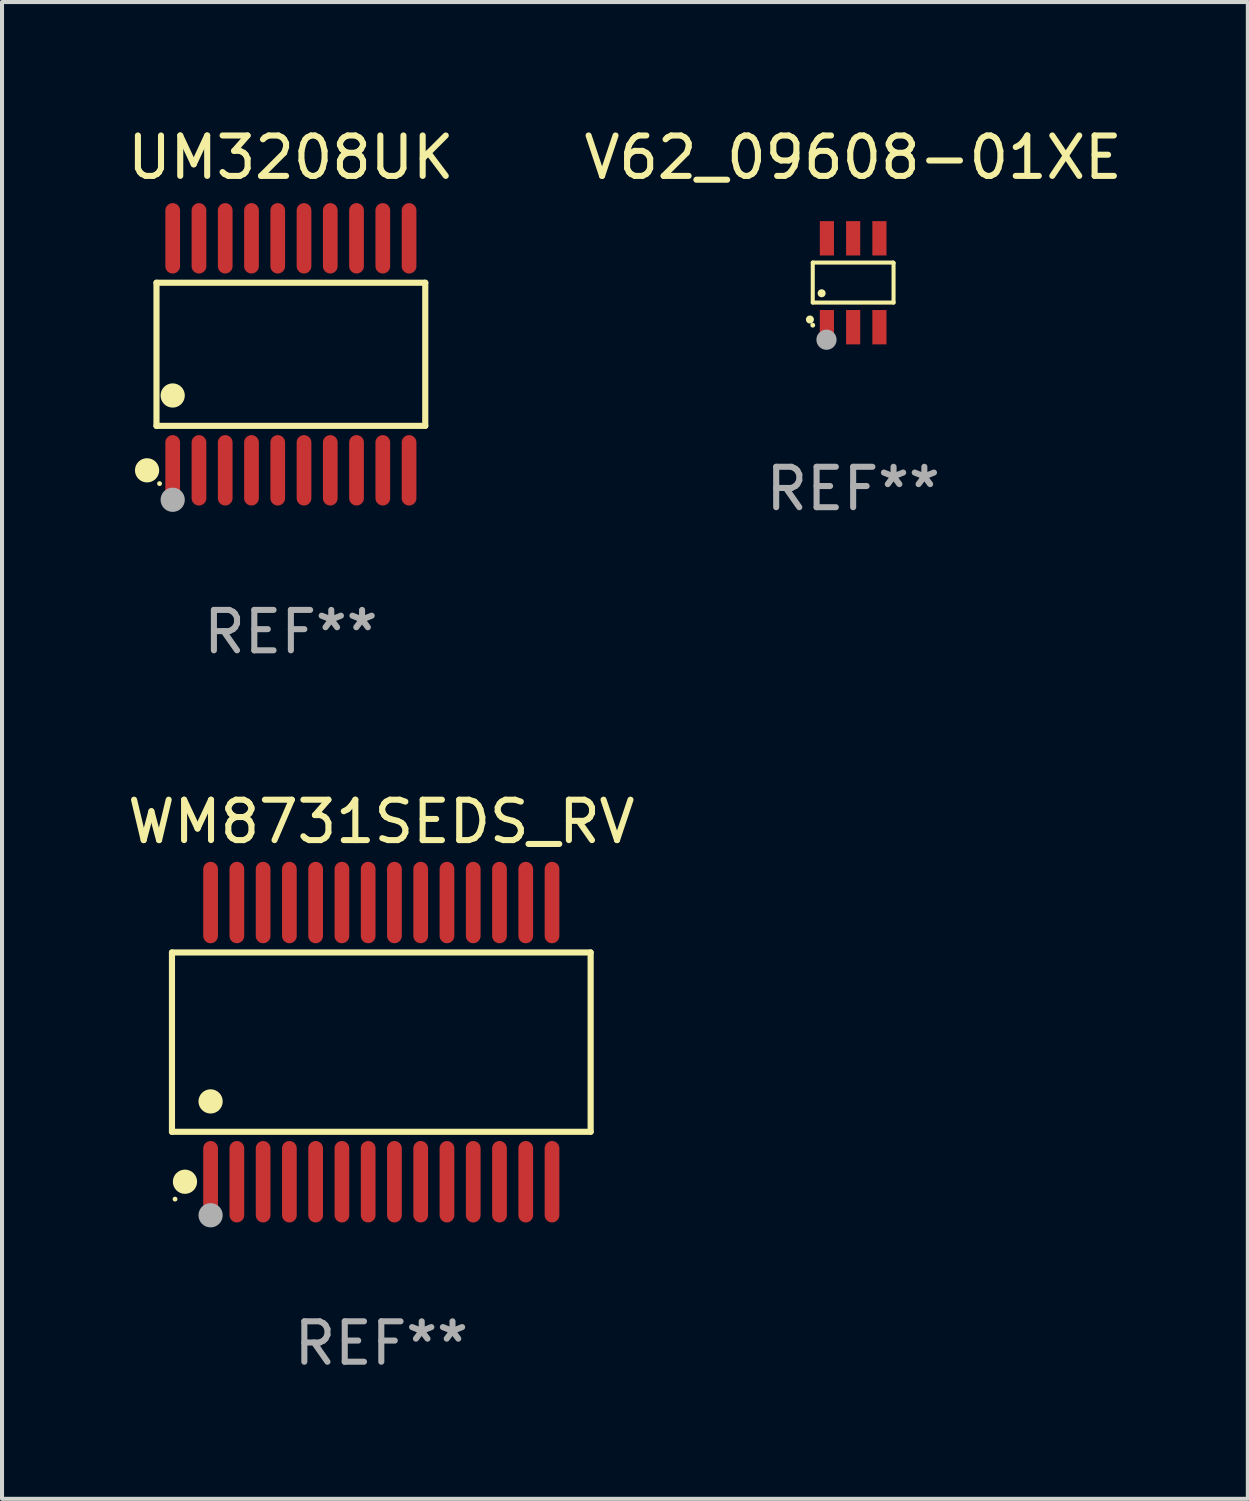
<source format=kicad_pcb>
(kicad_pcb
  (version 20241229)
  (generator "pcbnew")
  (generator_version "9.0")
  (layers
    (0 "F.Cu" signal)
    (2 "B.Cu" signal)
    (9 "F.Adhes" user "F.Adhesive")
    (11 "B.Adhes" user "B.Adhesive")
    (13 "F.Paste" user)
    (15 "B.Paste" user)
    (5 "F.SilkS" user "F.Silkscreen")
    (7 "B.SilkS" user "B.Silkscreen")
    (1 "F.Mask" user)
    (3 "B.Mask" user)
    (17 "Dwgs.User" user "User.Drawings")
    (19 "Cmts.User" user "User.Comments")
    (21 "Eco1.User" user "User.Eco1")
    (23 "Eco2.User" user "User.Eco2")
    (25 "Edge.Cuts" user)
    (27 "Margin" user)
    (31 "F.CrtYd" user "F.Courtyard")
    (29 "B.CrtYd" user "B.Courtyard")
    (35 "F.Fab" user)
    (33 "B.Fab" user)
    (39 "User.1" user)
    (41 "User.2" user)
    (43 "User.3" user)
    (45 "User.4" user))
  (footprint "WM8731SEDS_RV"
    (layer "F.Cu")
    (at 6.387 22.742)
    (property "Reference" "WM8731SEDS_RV" (at 0 -5.455 0) (layer "F.SilkS") (effects (font (size 1 1) (thickness 0.15))))
    (attr through_hole)
    (fp_line (start -5.181 -2.219) (end 5.181 -2.219) (stroke (width 0.152) (type solid)) (layer "F.SilkS"))
    (fp_line (start -5.181 2.219) (end -5.181 -2.219) (stroke (width 0.152) (type solid)) (layer "F.SilkS"))
    (fp_line (start 5.181 -2.219) (end 5.181 2.219) (stroke (width 0.152) (type solid)) (layer "F.SilkS"))
    (fp_line (start 5.181 2.219) (end -5.181 2.219) (stroke (width 0.152) (type solid)) (layer "F.SilkS"))
    (fp_circle (center -5.105 3.885) (end -5.075 3.885) (stroke (width 0.06) (type solid)) (fill no) (layer "F.SilkS"))
    (fp_circle (center -4.859 3.455) (end -4.709 3.455) (stroke (width 0.3) (type solid)) (fill no) (layer "F.SilkS"))
    (fp_circle (center -4.225 1.467) (end -4.075 1.467) (stroke (width 0.3) (type solid)) (fill no) (layer "F.SilkS"))
    (fp_circle (center -4.225 4.285) (end -4.075 4.285) (stroke (width 0.3) (type solid)) (fill no) (layer "F.Fab"))
    (fp_text user "REF**" (at 0 7.455 0) (layer "F.Fab") (effects (font (size 1 1) (thickness 0.15))))
    (pad "1" smd oval (at -4.225 3.455) (size 0.364 2.015) (layers "F.Cu" "F.Mask" "F.Paste"))
    (pad "2" smd oval (at -3.575 3.455) (size 0.364 2.015) (layers "F.Cu" "F.Mask" "F.Paste"))
    (pad "3" smd oval (at -2.925 3.455) (size 0.364 2.015) (layers "F.Cu" "F.Mask" "F.Paste"))
    (pad "4" smd oval (at -2.275 3.455) (size 0.364 2.015) (layers "F.Cu" "F.Mask" "F.Paste"))
    (pad "5" smd oval (at -1.625 3.455) (size 0.364 2.015) (layers "F.Cu" "F.Mask" "F.Paste"))
    (pad "6" smd oval (at -0.975 3.455) (size 0.364 2.015) (layers "F.Cu" "F.Mask" "F.Paste"))
    (pad "7" smd oval (at -0.325 3.455) (size 0.364 2.015) (layers "F.Cu" "F.Mask" "F.Paste"))
    (pad "8" smd oval (at 0.325 3.455) (size 0.364 2.015) (layers "F.Cu" "F.Mask" "F.Paste"))
    (pad "9" smd oval (at 0.975 3.455) (size 0.364 2.015) (layers "F.Cu" "F.Mask" "F.Paste"))
    (pad "10" smd oval (at 1.625 3.455) (size 0.364 2.015) (layers "F.Cu" "F.Mask" "F.Paste"))
    (pad "11" smd oval (at 2.275 3.455) (size 0.364 2.015) (layers "F.Cu" "F.Mask" "F.Paste"))
    (pad "12" smd oval (at 2.925 3.455) (size 0.364 2.015) (layers "F.Cu" "F.Mask" "F.Paste"))
    (pad "13" smd oval (at 3.575 3.455) (size 0.364 2.015) (layers "F.Cu" "F.Mask" "F.Paste"))
    (pad "14" smd oval (at 4.225 3.455) (size 0.364 2.015) (layers "F.Cu" "F.Mask" "F.Paste"))
    (pad "15" smd oval (at 4.225 -3.455) (size 0.364 2.015) (layers "F.Cu" "F.Mask" "F.Paste"))
    (pad "16" smd oval (at 3.575 -3.455) (size 0.364 2.015) (layers "F.Cu" "F.Mask" "F.Paste"))
    (pad "17" smd oval (at 2.925 -3.455) (size 0.364 2.015) (layers "F.Cu" "F.Mask" "F.Paste"))
    (pad "18" smd oval (at 2.275 -3.455) (size 0.364 2.015) (layers "F.Cu" "F.Mask" "F.Paste"))
    (pad "19" smd oval (at 1.625 -3.455) (size 0.364 2.015) (layers "F.Cu" "F.Mask" "F.Paste"))
    (pad "20" smd oval (at 0.975 -3.455) (size 0.364 2.015) (layers "F.Cu" "F.Mask" "F.Paste"))
    (pad "21" smd oval (at 0.325 -3.455) (size 0.364 2.015) (layers "F.Cu" "F.Mask" "F.Paste"))
    (pad "22" smd oval (at -0.325 -3.455) (size 0.364 2.015) (layers "F.Cu" "F.Mask" "F.Paste"))
    (pad "23" smd oval (at -0.975 -3.455) (size 0.364 2.015) (layers "F.Cu" "F.Mask" "F.Paste"))
    (pad "24" smd oval (at -1.625 -3.455) (size 0.364 2.015) (layers "F.Cu" "F.Mask" "F.Paste"))
    (pad "25" smd oval (at -2.275 -3.455) (size 0.364 2.015) (layers "F.Cu" "F.Mask" "F.Paste"))
    (pad "26" smd oval (at -2.925 -3.455) (size 0.364 2.015) (layers "F.Cu" "F.Mask" "F.Paste"))
    (pad "27" smd oval (at -3.575 -3.455) (size 0.364 2.015) (layers "F.Cu" "F.Mask" "F.Paste"))
    (pad "28" smd oval (at -4.225 -3.455) (size 0.364 2.015) (layers "F.Cu" "F.Mask" "F.Paste")))
  (footprint "UM3208UK"
    (layer "F.Cu")
    (at 4.149 5.719)
    (property "Reference" "UM3208UK" (at 0 -4.871 0) (layer "F.SilkS") (effects (font (size 1 1) (thickness 0.15))))
    (attr through_hole)
    (fp_line (start -3.326 -1.771) (end 3.326 -1.771) (stroke (width 0.152) (type solid)) (layer "F.SilkS"))
    (fp_line (start -3.326 1.771) (end -3.326 -1.771) (stroke (width 0.152) (type solid)) (layer "F.SilkS"))
    (fp_line (start 3.326 -1.771) (end 3.326 1.771) (stroke (width 0.152) (type solid)) (layer "F.SilkS"))
    (fp_line (start 3.326 1.771) (end -3.326 1.771) (stroke (width 0.152) (type solid)) (layer "F.SilkS"))
    (fp_circle (center -3.559 2.871) (end -3.409 2.871) (stroke (width 0.3) (type solid)) (fill no) (layer "F.SilkS"))
    (fp_circle (center -3.25 3.2) (end -3.22 3.2) (stroke (width 0.06) (type solid)) (fill no) (layer "F.SilkS"))
    (fp_circle (center -2.925 1.019) (end -2.775 1.019) (stroke (width 0.3) (type solid)) (fill no) (layer "F.SilkS"))
    (fp_circle (center -2.925 3.6) (end -2.775 3.6) (stroke (width 0.3) (type solid)) (fill no) (layer "F.Fab"))
    (fp_text user "REF**" (at 0 6.871 0) (layer "F.Fab") (effects (font (size 1 1) (thickness 0.15))))
    (pad "1" smd oval (at -2.925 2.871) (size 0.364 1.742) (layers "F.Cu" "F.Mask" "F.Paste"))
    (pad "2" smd oval (at -2.275 2.871) (size 0.364 1.742) (layers "F.Cu" "F.Mask" "F.Paste"))
    (pad "3" smd oval (at -1.625 2.871) (size 0.364 1.742) (layers "F.Cu" "F.Mask" "F.Paste"))
    (pad "4" smd oval (at -0.975 2.871) (size 0.364 1.742) (layers "F.Cu" "F.Mask" "F.Paste"))
    (pad "5" smd oval (at -0.325 2.871) (size 0.364 1.742) (layers "F.Cu" "F.Mask" "F.Paste"))
    (pad "6" smd oval (at 0.325 2.871) (size 0.364 1.742) (layers "F.Cu" "F.Mask" "F.Paste"))
    (pad "7" smd oval (at 0.975 2.871) (size 0.364 1.742) (layers "F.Cu" "F.Mask" "F.Paste"))
    (pad "8" smd oval (at 1.625 2.871) (size 0.364 1.742) (layers "F.Cu" "F.Mask" "F.Paste"))
    (pad "9" smd oval (at 2.275 2.871) (size 0.364 1.742) (layers "F.Cu" "F.Mask" "F.Paste"))
    (pad "10" smd oval (at 2.925 2.871) (size 0.364 1.742) (layers "F.Cu" "F.Mask" "F.Paste"))
    (pad "11" smd oval (at 2.925 -2.871) (size 0.364 1.742) (layers "F.Cu" "F.Mask" "F.Paste"))
    (pad "12" smd oval (at 2.275 -2.871) (size 0.364 1.742) (layers "F.Cu" "F.Mask" "F.Paste"))
    (pad "13" smd oval (at 1.625 -2.871) (size 0.364 1.742) (layers "F.Cu" "F.Mask" "F.Paste"))
    (pad "14" smd oval (at 0.975 -2.871) (size 0.364 1.742) (layers "F.Cu" "F.Mask" "F.Paste"))
    (pad "15" smd oval (at 0.325 -2.871) (size 0.364 1.742) (layers "F.Cu" "F.Mask" "F.Paste"))
    (pad "16" smd oval (at -0.325 -2.871) (size 0.364 1.742) (layers "F.Cu" "F.Mask" "F.Paste"))
    (pad "17" smd oval (at -0.975 -2.871) (size 0.364 1.742) (layers "F.Cu" "F.Mask" "F.Paste"))
    (pad "18" smd oval (at -1.625 -2.871) (size 0.364 1.742) (layers "F.Cu" "F.Mask" "F.Paste"))
    (pad "19" smd oval (at -2.275 -2.871) (size 0.364 1.742) (layers "F.Cu" "F.Mask" "F.Paste"))
    (pad "20" smd oval (at -2.925 -2.871) (size 0.364 1.742) (layers "F.Cu" "F.Mask" "F.Paste")))
  (footprint "V62_09608-01XE"
    (layer "F.Cu")
    (at 18.065 3.948)
    (property "Reference" "V62_09608-01XE" (at 0 -3.1 0) (layer "F.SilkS") (effects (font (size 1 1) (thickness 0.15))))
    (attr through_hole)
    (fp_line (start -1 -0.5) (end -1 0.49) (stroke (width 0.1) (type solid)) (layer "F.SilkS"))
    (fp_line (start -1 0.49) (end 1 0.49) (stroke (width 0.1) (type solid)) (layer "F.SilkS"))
    (fp_line (start 0.99 -0.5) (end -1 -0.5) (stroke (width 0.1) (type solid)) (layer "F.SilkS"))
    (fp_line (start 1 -0.49) (end 0.99 -0.5) (stroke (width 0.1) (type solid)) (layer "F.SilkS"))
    (fp_line (start 1 0.49) (end 1 -0.49) (stroke (width 0.1) (type solid)) (layer "F.SilkS"))
    (fp_circle (center -1.07 0.91) (end -1.02 0.91) (stroke (width 0.1) (type solid)) (fill no) (layer "F.SilkS"))
    (fp_circle (center -1 1.05) (end -0.97 1.05) (stroke (width 0.06) (type solid)) (fill no) (layer "F.SilkS"))
    (fp_circle (center -0.78 0.26) (end -0.73 0.26) (stroke (width 0.1) (type solid)) (fill no) (layer "F.SilkS"))
    (fp_circle (center -0.66 1.41) (end -0.535 1.41) (stroke (width 0.25) (type solid)) (fill no) (layer "F.Fab"))
    (fp_text user "REF**" (at 0 5.1 0) (layer "F.Fab") (effects (font (size 1 1) (thickness 0.15))))
    (pad "1" smd rect (at -0.65 1.1) (size 0.35 0.85) (layers "F.Cu" "F.Mask" "F.Paste"))
    (pad "2" smd rect (at 0 1.1) (size 0.35 0.85) (layers "F.Cu" "F.Mask" "F.Paste"))
    (pad "3" smd rect (at 0.65 1.1) (size 0.35 0.85) (layers "F.Cu" "F.Mask" "F.Paste"))
    (pad "4" smd rect (at 0.65 -1.1) (size 0.35 0.85) (layers "F.Cu" "F.Mask" "F.Paste"))
    (pad "5" smd rect (at 0 -1.1) (size 0.35 0.85) (layers "F.Cu" "F.Mask" "F.Paste"))
    (pad "6" smd rect (at -0.65 -1.1) (size 0.35 0.85) (layers "F.Cu" "F.Mask" "F.Paste")))
  (gr_rect
    (start -3 -3)
    (end 27.833 34.045)
    (stroke (width 0.1) (type default))
    (fill no)
    (layer "Edge.Cuts")))
</source>
